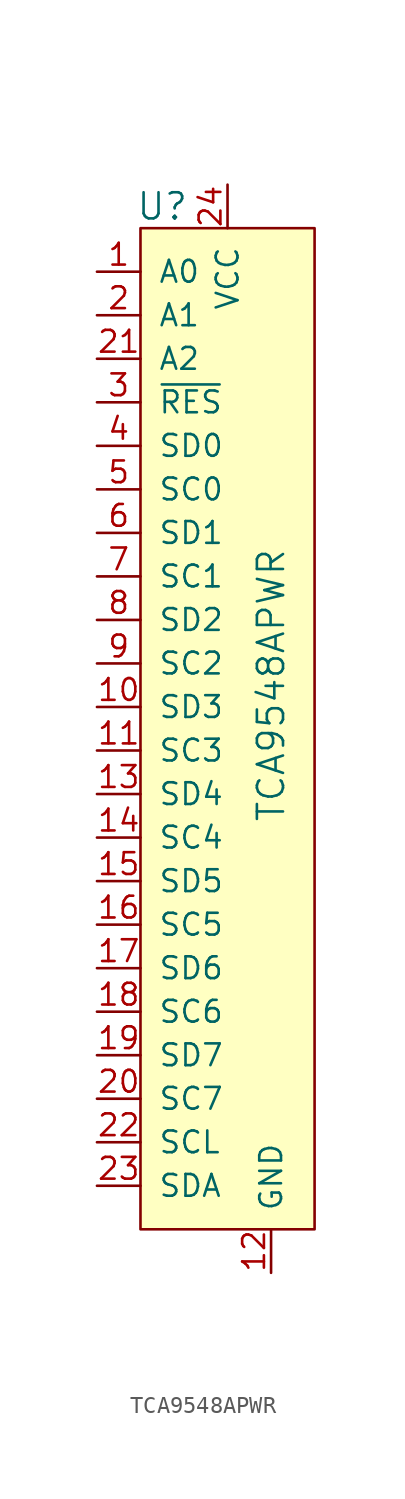
<source format=kicad_sym>
(kicad_symbol_lib
  (version 20231120)
  (generator "kicad_symbol_editor")
  (generator_version "8.0")
  (symbol "TCA9548APWR"
    (pin_names
      (offset 1.016))
    (property "Reference" "U"
      (at -3.81 26.67 0)
      (effects (font (size 1.524 1.524))))
    (property "Value" "TCA9548APWR"
      (at 2.54 -1.27 90)
      (effects (font (size 1.524 1.524))))
    (symbol "TCA9548APWR_0_1"
      (rectangle (start -5.08 25.4) (end 5.08 -33.02) (stroke (width 0) (type default)) (fill (type background))))
    (symbol "TCA9548APWR_1_1"
      (pin input line (at -7.62 22.86 0) (length 2.54) (name "A0" (effects (font (size 1.27 1.27)))) (number "1" (effects (font (size 1.27 1.27)))))
      (pin bidirectional line (at -7.62 -2.54 0) (length 2.54) (name "SD3" (effects (font (size 1.27 1.27)))) (number "10" (effects (font (size 1.27 1.27)))))
      (pin bidirectional line (at -7.62 -5.08 0) (length 2.54) (name "SC3" (effects (font (size 1.27 1.27)))) (number "11" (effects (font (size 1.27 1.27)))))
      (pin power_in line (at 2.54 -35.56 90) (length 2.54) (name "GND" (effects (font (size 1.27 1.27)))) (number "12" (effects (font (size 1.27 1.27)))))
      (pin bidirectional line (at -7.62 -7.62 0) (length 2.54) (name "SD4" (effects (font (size 1.27 1.27)))) (number "13" (effects (font (size 1.27 1.27)))))
      (pin bidirectional line (at -7.62 -10.16 0) (length 2.54) (name "SC4" (effects (font (size 1.27 1.27)))) (number "14" (effects (font (size 1.27 1.27)))))
      (pin bidirectional line (at -7.62 -12.7 0) (length 2.54) (name "SD5" (effects (font (size 1.27 1.27)))) (number "15" (effects (font (size 1.27 1.27)))))
      (pin bidirectional line (at -7.62 -15.24 0) (length 2.54) (name "SC5" (effects (font (size 1.27 1.27)))) (number "16" (effects (font (size 1.27 1.27)))))
      (pin bidirectional line (at -7.62 -17.78 0) (length 2.54) (name "SD6" (effects (font (size 1.27 1.27)))) (number "17" (effects (font (size 1.27 1.27)))))
      (pin bidirectional line (at -7.62 -20.32 0) (length 2.54) (name "SC6" (effects (font (size 1.27 1.27)))) (number "18" (effects (font (size 1.27 1.27)))))
      (pin bidirectional line (at -7.62 -22.86 0) (length 2.54) (name "SD7" (effects (font (size 1.27 1.27)))) (number "19" (effects (font (size 1.27 1.27)))))
      (pin input line (at -7.62 20.32 0) (length 2.54) (name "A1" (effects (font (size 1.27 1.27)))) (number "2" (effects (font (size 1.27 1.27)))))
      (pin bidirectional line (at -7.62 -25.4 0) (length 2.54) (name "SC7" (effects (font (size 1.27 1.27)))) (number "20" (effects (font (size 1.27 1.27)))))
      (pin input line (at -7.62 17.78 0) (length 2.54) (name "A2" (effects (font (size 1.27 1.27)))) (number "21" (effects (font (size 1.27 1.27)))))
      (pin bidirectional line (at -7.62 -27.94 0) (length 2.54) (name "SCL" (effects (font (size 1.27 1.27)))) (number "22" (effects (font (size 1.27 1.27)))))
      (pin bidirectional line (at -7.62 -30.48 0) (length 2.54) (name "SDA" (effects (font (size 1.27 1.27)))) (number "23" (effects (font (size 1.27 1.27)))))
      (pin power_in line (at 0 27.94 270) (length 2.54) (name "VCC" (effects (font (size 1.27 1.27)))) (number "24" (effects (font (size 1.27 1.27)))))
      (pin input line (at -7.62 15.24 0) (length 2.54) (name "~{RES}" (effects (font (size 1.27 1.27)))) (number "3" (effects (font (size 1.27 1.27)))))
      (pin bidirectional line (at -7.62 12.7 0) (length 2.54) (name "SD0" (effects (font (size 1.27 1.27)))) (number "4" (effects (font (size 1.27 1.27)))))
      (pin bidirectional line (at -7.62 10.16 0) (length 2.54) (name "SC0" (effects (font (size 1.27 1.27)))) (number "5" (effects (font (size 1.27 1.27)))))
      (pin bidirectional line (at -7.62 7.62 0) (length 2.54) (name "SD1" (effects (font (size 1.27 1.27)))) (number "6" (effects (font (size 1.27 1.27)))))
      (pin bidirectional line (at -7.62 5.08 0) (length 2.54) (name "SC1" (effects (font (size 1.27 1.27)))) (number "7" (effects (font (size 1.27 1.27)))))
      (pin bidirectional line (at -7.62 2.54 0) (length 2.54) (name "SD2" (effects (font (size 1.27 1.27)))) (number "8" (effects (font (size 1.27 1.27)))))
      (pin bidirectional line (at -7.62 0 0) (length 2.54) (name "SC2" (effects (font (size 1.27 1.27)))) (number "9" (effects (font (size 1.27 1.27))))))))
</source>
